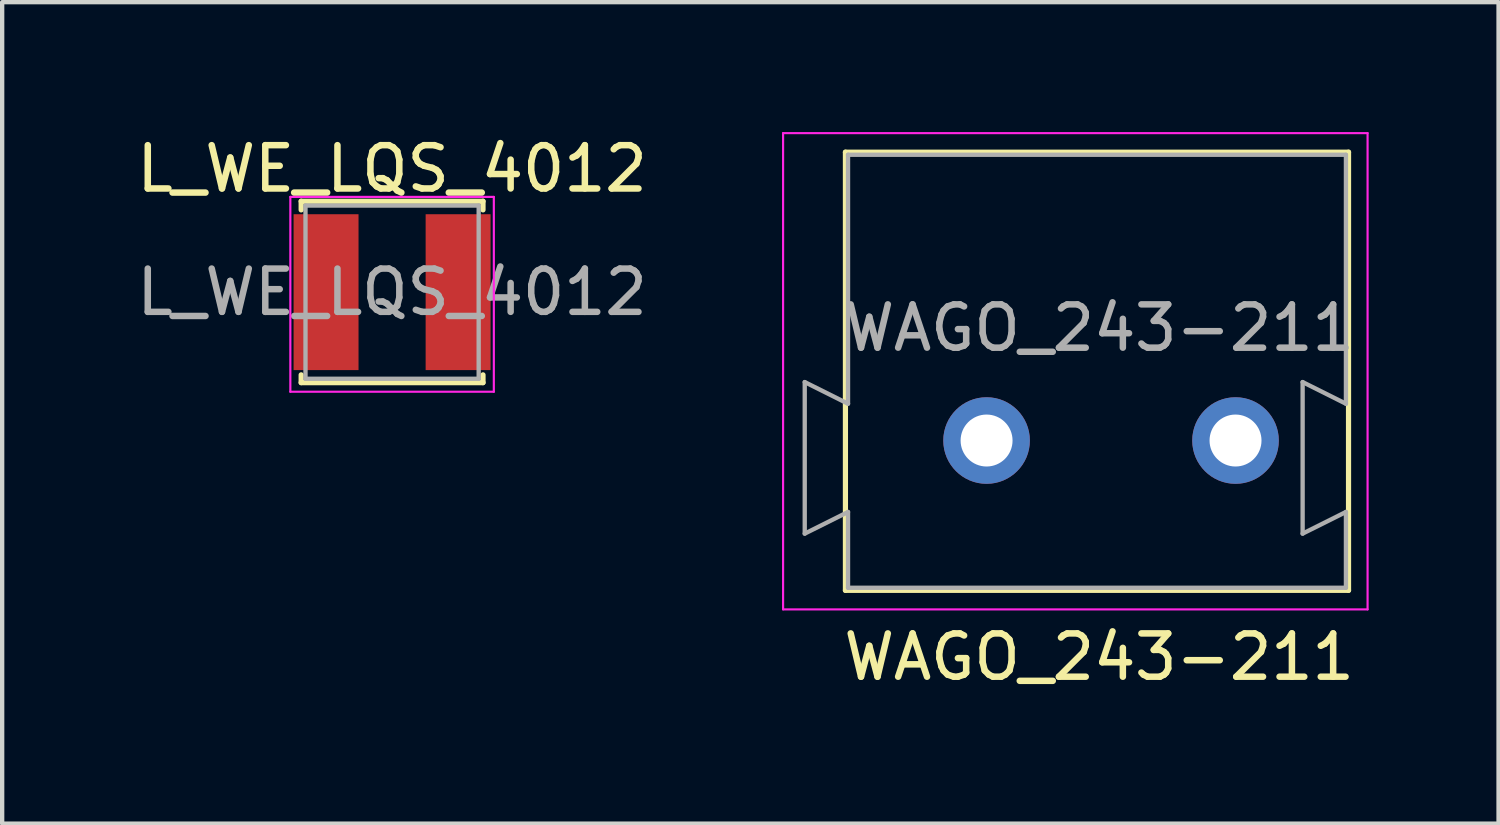
<source format=kicad_pcb>
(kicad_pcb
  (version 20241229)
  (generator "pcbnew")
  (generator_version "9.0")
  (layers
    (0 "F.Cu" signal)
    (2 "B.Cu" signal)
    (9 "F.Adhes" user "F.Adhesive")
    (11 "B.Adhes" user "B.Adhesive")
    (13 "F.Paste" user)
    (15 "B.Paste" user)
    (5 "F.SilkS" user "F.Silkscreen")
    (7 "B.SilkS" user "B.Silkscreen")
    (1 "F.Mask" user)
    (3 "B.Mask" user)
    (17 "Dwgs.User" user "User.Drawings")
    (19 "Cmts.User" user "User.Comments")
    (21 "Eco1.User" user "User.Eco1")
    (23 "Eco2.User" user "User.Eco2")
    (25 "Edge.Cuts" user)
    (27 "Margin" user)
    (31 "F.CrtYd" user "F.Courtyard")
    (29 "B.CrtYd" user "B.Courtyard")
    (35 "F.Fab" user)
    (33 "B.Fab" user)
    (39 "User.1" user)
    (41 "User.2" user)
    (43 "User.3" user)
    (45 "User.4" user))
  (footprint "L_WE_LQS_4012"
    (layer "F.Cu")
    (at 6.006 3.698)
    (property "Reference" "L_WE_LQS_4012" (at 0 -2.85 0) (layer "F.SilkS") (effects (font (size 1 1) (thickness 0.15))))
    (attr smd)
    (fp_line (start -2.1 -2.1) (end 2.1 -2.1) (stroke (width 0.12) (type solid)) (layer "F.SilkS"))
    (fp_line (start -2.1 -1.9) (end -2.1 -2.1) (stroke (width 0.12) (type solid)) (layer "F.SilkS"))
    (fp_line (start -2.1 1.91) (end -2.1 2.09) (stroke (width 0.12) (type solid)) (layer "F.SilkS"))
    (fp_line (start -2.1 2.09) (end 2.1 2.09) (stroke (width 0.12) (type solid)) (layer "F.SilkS"))
    (fp_line (start 2.1 -2.1) (end 2.1 -1.9) (stroke (width 0.12) (type solid)) (layer "F.SilkS"))
    (fp_line (start 2.1 2.09) (end 2.1 1.91) (stroke (width 0.12) (type solid)) (layer "F.SilkS"))
    (fp_line (start -2.35 -2.2) (end -2.35 2.3) (stroke (width 0.05) (type solid)) (layer "F.CrtYd"))
    (fp_line (start -2.35 2.3) (end 2.35 2.3) (stroke (width 0.05) (type solid)) (layer "F.CrtYd"))
    (fp_line (start 2.35 -2.2) (end -2.35 -2.2) (stroke (width 0.05) (type solid)) (layer "F.CrtYd"))
    (fp_line (start 2.35 2.3) (end 2.35 -2.2) (stroke (width 0.05) (type solid)) (layer "F.CrtYd"))
    (fp_line (start -2 -2) (end -2 2) (stroke (width 0.1) (type solid)) (layer "F.Fab"))
    (fp_line (start -2 2) (end 2 2) (stroke (width 0.1) (type solid)) (layer "F.Fab"))
    (fp_line (start 2 -2) (end -2 -2) (stroke (width 0.1) (type solid)) (layer "F.Fab"))
    (fp_line (start 2 2) (end 2 -2) (stroke (width 0.1) (type solid)) (layer "F.Fab"))
    (fp_text user "${REFERENCE}" (at 0 0 0) (layer "F.Fab") (effects (font (size 1 1) (thickness 0.15))))
    (pad "1" smd rect (at -1.525 0) (size 1.5 3.6) (layers "F.Cu" "F.Mask" "F.Paste"))
    (pad "2" smd rect (at 1.525 0) (size 1.5 3.6) (layers "F.Cu" "F.Mask" "F.Paste")))
  (footprint "WAGO_243-211"
    (layer "F.Cu")
    (at 25.487 7.125)
    (property "Reference" "WAGO_243-211" (at -3.15 5 0) (unlocked yes) (layer "F.SilkS") (effects (font (size 1 1) (thickness 0.15))))
    (attr through_hole)
    (fp_line (start -9.01 -6.66) (end -9.01 3.46) (stroke (width 0.12) (type solid)) (layer "F.SilkS"))
    (fp_line (start -9.01 3.46) (end 2.61 3.46) (stroke (width 0.12) (type solid)) (layer "F.SilkS"))
    (fp_line (start 2.61 -6.66) (end -9.01 -6.66) (stroke (width 0.12) (type solid)) (layer "F.SilkS"))
    (fp_line (start 2.61 -6.66) (end 2.61 3.46) (stroke (width 0.12) (type solid)) (layer "F.SilkS"))
    (fp_line (start -10.45 3.9) (end -10.45 -7.1) (stroke (width 0.05) (type solid)) (layer "F.CrtYd"))
    (fp_line (start 3.05 -7.1) (end -10.45 -7.1) (stroke (width 0.05) (type solid)) (layer "F.CrtYd"))
    (fp_line (start 3.05 3.9) (end -10.45 3.9) (stroke (width 0.05) (type solid)) (layer "F.CrtYd"))
    (fp_line (start 3.05 3.9) (end 3.05 -7.1) (stroke (width 0.05) (type solid)) (layer "F.CrtYd"))
    (fp_line (start -9.95 -1.35) (end -8.95 -0.85) (stroke (width 0.1) (type solid)) (layer "F.Fab"))
    (fp_line (start -9.95 2.15) (end -9.95 -1.35) (stroke (width 0.1) (type solid)) (layer "F.Fab"))
    (fp_line (start -8.95 -6.6) (end 2.55 -6.6) (stroke (width 0.1) (type solid)) (layer "F.Fab"))
    (fp_line (start -8.95 -0.85) (end -8.95 -6.6) (stroke (width 0.1) (type solid)) (layer "F.Fab"))
    (fp_line (start -8.95 1.65) (end -9.95 2.15) (stroke (width 0.1) (type solid)) (layer "F.Fab"))
    (fp_line (start -8.95 3.4) (end -8.95 1.65) (stroke (width 0.1) (type solid)) (layer "F.Fab"))
    (fp_line (start -8.95 3.4) (end 2.55 3.4) (stroke (width 0.1) (type solid)) (layer "F.Fab"))
    (fp_line (start 1.55 -1.35) (end 2.55 -0.85) (stroke (width 0.1) (type solid)) (layer "F.Fab"))
    (fp_line (start 1.55 2.15) (end 1.55 -1.35) (stroke (width 0.1) (type solid)) (layer "F.Fab"))
    (fp_line (start 2.55 -6.6) (end 2.55 -0.85) (stroke (width 0.1) (type solid)) (layer "F.Fab"))
    (fp_line (start 2.55 1.65) (end 1.55 2.15) (stroke (width 0.1) (type solid)) (layer "F.Fab"))
    (fp_line (start 2.55 1.65) (end 2.55 3.4) (stroke (width 0.1) (type solid)) (layer "F.Fab"))
    (fp_text user "${REFERENCE}" (at -3.15 -2.6 0) (unlocked yes) (layer "F.Fab") (effects (font (size 1 1) (thickness 0.15))))
    (pad "1" thru_hole circle (at 0 0) (size 2 2) (drill 1.2) (layers "*.Cu" "*.Mask"))
    (pad "2" thru_hole circle (at -5.75 0) (size 2 2) (drill 1.2) (layers "*.Cu" "*.Mask")))
  (gr_rect
    (start -3 -3)
    (end 31.562 15.973)
    (stroke (width 0.1) (type default))
    (fill no)
    (layer "Edge.Cuts")))
</source>
